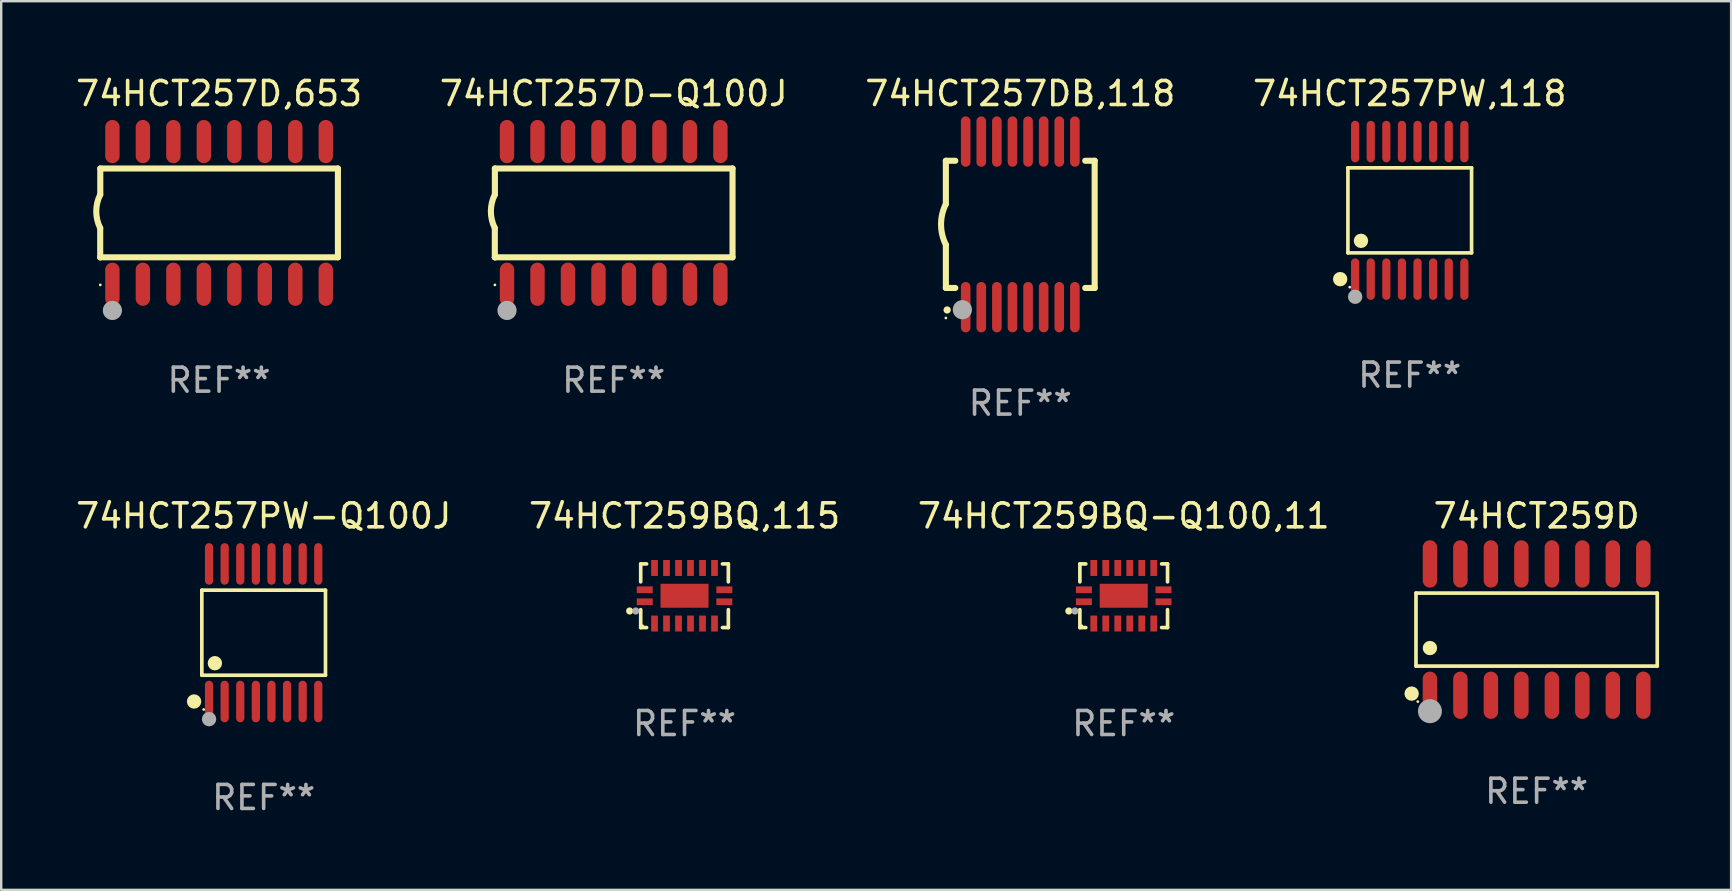
<source format=kicad_pcb>
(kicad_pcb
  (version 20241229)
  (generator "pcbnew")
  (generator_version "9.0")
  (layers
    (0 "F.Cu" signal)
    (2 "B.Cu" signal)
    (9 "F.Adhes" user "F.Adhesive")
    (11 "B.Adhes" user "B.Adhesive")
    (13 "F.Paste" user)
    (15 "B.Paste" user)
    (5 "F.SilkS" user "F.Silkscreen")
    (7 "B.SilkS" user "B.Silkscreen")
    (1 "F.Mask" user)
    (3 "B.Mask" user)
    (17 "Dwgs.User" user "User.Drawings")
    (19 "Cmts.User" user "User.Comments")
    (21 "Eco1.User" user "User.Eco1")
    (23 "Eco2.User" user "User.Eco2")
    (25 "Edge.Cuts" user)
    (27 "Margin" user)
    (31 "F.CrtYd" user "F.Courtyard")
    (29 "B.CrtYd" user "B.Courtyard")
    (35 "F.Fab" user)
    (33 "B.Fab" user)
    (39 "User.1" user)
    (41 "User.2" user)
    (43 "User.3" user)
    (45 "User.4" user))
  (footprint "74HCT257D-Q100J"
    (layer "F.Cu")
    (at 22.518 5.82)
    (property "Reference" "74HCT257D-Q100J" (at 0 -4.972 0) (layer "F.SilkS") (effects (font (size 1 1) (thickness 0.15))))
    (attr through_hole)
    (fp_line (start -4.952 0.635) (end -4.952 1.85) (stroke (width 0.254) (type solid)) (layer "F.SilkS"))
    (fp_line (start -4.952 1.85) (end -4.949 1.85) (stroke (width 0.254) (type solid)) (layer "F.SilkS"))
    (fp_line (start -4.949 -1.85) (end -4.949 -0.762) (stroke (width 0.254) (type solid)) (layer "F.SilkS"))
    (fp_line (start -4.949 1.85) (end 4.952 1.85) (stroke (width 0.254) (type solid)) (layer "F.SilkS"))
    (fp_line (start 4.952 -1.85) (end -4.949 -1.85) (stroke (width 0.254) (type solid)) (layer "F.SilkS"))
    (fp_line (start 4.952 1.85) (end 4.952 -1.85) (stroke (width 0.254) (type solid)) (layer "F.SilkS"))
    (fp_arc (start -4.951524 0.635001) (mid -5.116418 -0.0635) (end -4.951524 -0.762002) (stroke (width 0.254001) (type solid)) (layer "F.SilkS"))
    (fp_circle (center -4.949 3) (end -4.919 3) (stroke (width 0.06) (type solid)) (fill no) (layer "F.SilkS"))
    (fp_circle (center -4.444 4.064) (end -4.244 4.064) (stroke (width 0.4) (type solid)) (fill no) (layer "F.Fab"))
    (fp_text user "REF**" (at 0 6.972 0) (layer "F.Fab") (effects (font (size 1 1) (thickness 0.15))))
    (pad "1" smd oval (at -4.444 2.972 180) (size 0.6 1.8) (layers "F.Cu" "F.Mask" "F.Paste"))
    (pad "2" smd oval (at -3.174 2.972 180) (size 0.6 1.8) (layers "F.Cu" "F.Mask" "F.Paste"))
    (pad "3" smd oval (at -1.904 2.972 180) (size 0.6 1.8) (layers "F.Cu" "F.Mask" "F.Paste"))
    (pad "4" smd oval (at -0.634 2.972 180) (size 0.6 1.8) (layers "F.Cu" "F.Mask" "F.Paste"))
    (pad "5" smd oval (at 0.636 2.972 180) (size 0.6 1.8) (layers "F.Cu" "F.Mask" "F.Paste"))
    (pad "6" smd oval (at 1.906 2.972 180) (size 0.6 1.8) (layers "F.Cu" "F.Mask" "F.Paste"))
    (pad "7" smd oval (at 3.176 2.972 180) (size 0.6 1.8) (layers "F.Cu" "F.Mask" "F.Paste"))
    (pad "8" smd oval (at 4.446 2.972 180) (size 0.6 1.8) (layers "F.Cu" "F.Mask" "F.Paste"))
    (pad "9" smd oval (at 4.446 -2.972 180) (size 0.6 1.8) (layers "F.Cu" "F.Mask" "F.Paste"))
    (pad "10" smd oval (at 3.176 -2.972 180) (size 0.6 1.8) (layers "F.Cu" "F.Mask" "F.Paste"))
    (pad "11" smd oval (at 1.906 -2.972 180) (size 0.6 1.8) (layers "F.Cu" "F.Mask" "F.Paste"))
    (pad "12" smd oval (at 0.636 -2.972 180) (size 0.6 1.8) (layers "F.Cu" "F.Mask" "F.Paste"))
    (pad "13" smd oval (at -0.634 -2.972 180) (size 0.6 1.8) (layers "F.Cu" "F.Mask" "F.Paste"))
    (pad "14" smd oval (at -1.904 -2.972 180) (size 0.6 1.8) (layers "F.Cu" "F.Mask" "F.Paste"))
    (pad "15" smd oval (at -3.174 -2.972 180) (size 0.6 1.8) (layers "F.Cu" "F.Mask" "F.Paste"))
    (pad "16" smd oval (at -4.444 -2.972 180) (size 0.6 1.8) (layers "F.Cu" "F.Mask" "F.Paste")))
  (footprint "74HCT257DB,118"
    (layer "F.Cu")
    (at 39.458 6.298)
    (property "Reference" "74HCT257DB,118" (at 0 -5.45 0) (layer "F.SilkS") (effects (font (size 1 1) (thickness 0.15))))
    (attr through_hole)
    (fp_line (start -3.1 -2.65) (end -3.1 -0.85) (stroke (width 0.254) (type solid)) (layer "F.SilkS"))
    (fp_line (start -3.1 -2.65) (end -2.706 -2.65) (stroke (width 0.254) (type solid)) (layer "F.SilkS"))
    (fp_line (start -3.1 2.65) (end -3.1 0.85) (stroke (width 0.254) (type solid)) (layer "F.SilkS"))
    (fp_line (start -3.1 2.65) (end -2.706 2.65) (stroke (width 0.254) (type solid)) (layer "F.SilkS"))
    (fp_line (start 2.706 -2.65) (end 3.1 -2.65) (stroke (width 0.254) (type solid)) (layer "F.SilkS"))
    (fp_line (start 2.706 2.65) (end 3.1 2.65) (stroke (width 0.254) (type solid)) (layer "F.SilkS"))
    (fp_line (start 3.1 -2.65) (end 3.1 2.65) (stroke (width 0.254) (type solid)) (layer "F.SilkS"))
    (fp_arc (start -3.098907 0.850902) (mid -3.300057 0.000523) (end -3.1 -0.850114) (stroke (width 0.254001) (type solid)) (layer "F.SilkS"))
    (fp_arc (start -3.048006 3.566066) (mid -3.046736 3.566061) (end -3.045466 3.566066) (stroke (width 0.3) (type solid)) (layer "F.SilkS"))
    (fp_circle (center -3.1 3.9) (end -3.07 3.9) (stroke (width 0.06) (type solid)) (fill no) (layer "F.SilkS"))
    (fp_circle (center -2.413 3.556) (end -2.213 3.556) (stroke (width 0.4) (type solid)) (fill no) (layer "F.Fab"))
    (fp_text user "REF**" (at 0 7.45 0) (layer "F.Fab") (effects (font (size 1 1) (thickness 0.15))))
    (pad "1" smd oval (at -2.275 3.45 180) (size 0.4 2.1) (layers "F.Cu" "F.Mask" "F.Paste"))
    (pad "2" smd oval (at -1.625 3.45 180) (size 0.4 2.1) (layers "F.Cu" "F.Mask" "F.Paste"))
    (pad "3" smd oval (at -0.975 3.45 180) (size 0.4 2.1) (layers "F.Cu" "F.Mask" "F.Paste"))
    (pad "4" smd oval (at -0.325 3.45 180) (size 0.4 2.1) (layers "F.Cu" "F.Mask" "F.Paste"))
    (pad "5" smd oval (at 0.325 3.45 180) (size 0.4 2.1) (layers "F.Cu" "F.Mask" "F.Paste"))
    (pad "6" smd oval (at 0.975 3.45 180) (size 0.4 2.1) (layers "F.Cu" "F.Mask" "F.Paste"))
    (pad "7" smd oval (at 1.625 3.45 180) (size 0.4 2.1) (layers "F.Cu" "F.Mask" "F.Paste"))
    (pad "8" smd oval (at 2.275 3.45 180) (size 0.4 2.1) (layers "F.Cu" "F.Mask" "F.Paste"))
    (pad "9" smd oval (at 2.275 -3.45 180) (size 0.4 2.1) (layers "F.Cu" "F.Mask" "F.Paste"))
    (pad "10" smd oval (at 1.625 -3.45 180) (size 0.4 2.1) (layers "F.Cu" "F.Mask" "F.Paste"))
    (pad "11" smd oval (at 0.975 -3.45 180) (size 0.4 2.1) (layers "F.Cu" "F.Mask" "F.Paste"))
    (pad "12" smd oval (at 0.325 -3.45 180) (size 0.4 2.1) (layers "F.Cu" "F.Mask" "F.Paste"))
    (pad "13" smd oval (at -0.325 -3.45 180) (size 0.4 2.1) (layers "F.Cu" "F.Mask" "F.Paste"))
    (pad "14" smd oval (at -0.975 -3.45 180) (size 0.4 2.1) (layers "F.Cu" "F.Mask" "F.Paste"))
    (pad "15" smd oval (at -1.625 -3.45 180) (size 0.4 2.1) (layers "F.Cu" "F.Mask" "F.Paste"))
    (pad "16" smd oval (at -2.275 -3.45 180) (size 0.4 2.1) (layers "F.Cu" "F.Mask" "F.Paste")))
  (footprint "74HCT259BQ,115"
    (layer "F.Cu")
    (at 25.47 21.771)
    (property "Reference" "74HCT259BQ,115" (at 0 -3.326 0) (layer "F.SilkS") (effects (font (size 1 1) (thickness 0.15))))
    (attr through_hole)
    (fp_line (start -1.826 -1.326) (end -1.58 -1.326) (stroke (width 0.152) (type solid)) (layer "F.SilkS"))
    (fp_line (start -1.826 -0.58) (end -1.826 -1.326) (stroke (width 0.152) (type solid)) (layer "F.SilkS"))
    (fp_line (start -1.826 0.58) (end -1.826 1.326) (stroke (width 0.152) (type solid)) (layer "F.SilkS"))
    (fp_line (start -1.826 1.326) (end -1.58 1.326) (stroke (width 0.152) (type solid)) (layer "F.SilkS"))
    (fp_line (start 1.826 -1.326) (end 1.58 -1.326) (stroke (width 0.152) (type solid)) (layer "F.SilkS"))
    (fp_line (start 1.826 -0.58) (end 1.826 -1.326) (stroke (width 0.152) (type solid)) (layer "F.SilkS"))
    (fp_line (start 1.826 0.58) (end 1.826 1.326) (stroke (width 0.152) (type solid)) (layer "F.SilkS"))
    (fp_line (start 1.826 1.326) (end 1.58 1.326) (stroke (width 0.152) (type solid)) (layer "F.SilkS"))
    (fp_circle (center -2.286 0.635) (end -2.211 0.635) (stroke (width 0.15) (type solid)) (fill no) (layer "F.SilkS"))
    (fp_circle (center -1.75 1.25) (end -1.72 1.25) (stroke (width 0.06) (type solid)) (fill no) (layer "F.SilkS"))
    (fp_circle (center -2.032 0.635) (end -1.957 0.635) (stroke (width 0.15) (type solid)) (fill no) (layer "F.Fab"))
    (fp_text user "REF**" (at 0 5.326 0) (layer "F.Fab") (effects (font (size 1 1) (thickness 0.15))))
    (pad "1" smd rect (at -1.658 0.25) (size 0.665 0.28) (layers "F.Cu" "F.Mask" "F.Paste"))
    (pad "2" smd rect (at -1.25 1.157) (size 0.28 0.665) (layers "F.Cu" "F.Mask" "F.Paste"))
    (pad "3" smd rect (at -0.75 1.157) (size 0.28 0.665) (layers "F.Cu" "F.Mask" "F.Paste"))
    (pad "4" smd rect (at -0.25 1.157) (size 0.28 0.665) (layers "F.Cu" "F.Mask" "F.Paste"))
    (pad "5" smd rect (at 0.25 1.157) (size 0.28 0.665) (layers "F.Cu" "F.Mask" "F.Paste"))
    (pad "6" smd rect (at 0.75 1.157) (size 0.28 0.665) (layers "F.Cu" "F.Mask" "F.Paste"))
    (pad "7" smd rect (at 1.25 1.157) (size 0.28 0.665) (layers "F.Cu" "F.Mask" "F.Paste"))
    (pad "8" smd rect (at 1.658 0.25) (size 0.665 0.28) (layers "F.Cu" "F.Mask" "F.Paste"))
    (pad "9" smd rect (at 1.658 -0.25) (size 0.665 0.28) (layers "F.Cu" "F.Mask" "F.Paste"))
    (pad "10" smd rect (at 1.25 -1.157) (size 0.28 0.665) (layers "F.Cu" "F.Mask" "F.Paste"))
    (pad "11" smd rect (at 0.75 -1.157) (size 0.28 0.665) (layers "F.Cu" "F.Mask" "F.Paste"))
    (pad "12" smd rect (at 0.25 -1.157) (size 0.28 0.665) (layers "F.Cu" "F.Mask" "F.Paste"))
    (pad "13" smd rect (at -0.25 -1.157) (size 0.28 0.665) (layers "F.Cu" "F.Mask" "F.Paste"))
    (pad "14" smd rect (at -0.75 -1.157) (size 0.28 0.665) (layers "F.Cu" "F.Mask" "F.Paste"))
    (pad "15" smd rect (at -1.25 -1.157) (size 0.28 0.665) (layers "F.Cu" "F.Mask" "F.Paste"))
    (pad "16" smd rect (at -1.658 -0.25) (size 0.665 0.28) (layers "F.Cu" "F.Mask" "F.Paste"))
    (pad "17" smd rect (at 0 0) (size 2 1) (layers "F.Cu" "F.Mask" "F.Paste")))
  (footprint "74HCT257PW,118"
    (layer "F.Cu")
    (at 55.685 5.714)
    (property "Reference" "74HCT257PW,118" (at 0 -4.866 0) (layer "F.SilkS") (effects (font (size 1 1) (thickness 0.15))))
    (attr through_hole)
    (fp_line (start -2.576 -1.772) (end 2.576 -1.772) (stroke (width 0.152) (type solid)) (layer "F.SilkS"))
    (fp_line (start -2.576 1.771) (end -2.576 -1.772) (stroke (width 0.152) (type solid)) (layer "F.SilkS"))
    (fp_line (start 2.576 -1.772) (end 2.576 1.771) (stroke (width 0.152) (type solid)) (layer "F.SilkS"))
    (fp_line (start 2.576 1.771) (end -2.576 1.771) (stroke (width 0.152) (type solid)) (layer "F.SilkS"))
    (fp_circle (center -2.899 2.866) (end -2.749 2.866) (stroke (width 0.3) (type solid)) (fill no) (layer "F.SilkS"))
    (fp_circle (center -2.5 3.2) (end -2.47 3.2) (stroke (width 0.06) (type solid)) (fill no) (layer "F.SilkS"))
    (fp_circle (center -2.032 1.27) (end -1.882 1.27) (stroke (width 0.3) (type solid)) (fill no) (layer "F.SilkS"))
    (fp_circle (center -2.275 3.6) (end -2.125 3.6) (stroke (width 0.3) (type solid)) (fill no) (layer "F.Fab"))
    (fp_text user "REF**" (at 0 6.866 0) (layer "F.Fab") (effects (font (size 1 1) (thickness 0.15))))
    (pad "1" smd oval (at -2.275 2.866) (size 0.343 1.731) (layers "F.Cu" "F.Mask" "F.Paste"))
    (pad "2" smd oval (at -1.625 2.866) (size 0.343 1.731) (layers "F.Cu" "F.Mask" "F.Paste"))
    (pad "3" smd oval (at -0.975 2.866) (size 0.343 1.731) (layers "F.Cu" "F.Mask" "F.Paste"))
    (pad "4" smd oval (at -0.325 2.866) (size 0.343 1.731) (layers "F.Cu" "F.Mask" "F.Paste"))
    (pad "5" smd oval (at 0.325 2.866) (size 0.343 1.731) (layers "F.Cu" "F.Mask" "F.Paste"))
    (pad "6" smd oval (at 0.975 2.866) (size 0.343 1.731) (layers "F.Cu" "F.Mask" "F.Paste"))
    (pad "7" smd oval (at 1.625 2.866) (size 0.343 1.731) (layers "F.Cu" "F.Mask" "F.Paste"))
    (pad "8" smd oval (at 2.275 2.866) (size 0.343 1.731) (layers "F.Cu" "F.Mask" "F.Paste"))
    (pad "9" smd oval (at 2.275 -2.866) (size 0.343 1.731) (layers "F.Cu" "F.Mask" "F.Paste"))
    (pad "10" smd oval (at 1.625 -2.866) (size 0.343 1.731) (layers "F.Cu" "F.Mask" "F.Paste"))
    (pad "11" smd oval (at 0.975 -2.866) (size 0.343 1.731) (layers "F.Cu" "F.Mask" "F.Paste"))
    (pad "12" smd oval (at 0.325 -2.866) (size 0.343 1.731) (layers "F.Cu" "F.Mask" "F.Paste"))
    (pad "13" smd oval (at -0.325 -2.866) (size 0.343 1.731) (layers "F.Cu" "F.Mask" "F.Paste"))
    (pad "14" smd oval (at -0.975 -2.866) (size 0.343 1.731) (layers "F.Cu" "F.Mask" "F.Paste"))
    (pad "15" smd oval (at -1.625 -2.866) (size 0.343 1.731) (layers "F.Cu" "F.Mask" "F.Paste"))
    (pad "16" smd oval (at -2.275 -2.866) (size 0.343 1.731) (layers "F.Cu" "F.Mask" "F.Paste")))
  (footprint "74HCT259BQ-Q100,11"
    (layer "F.Cu")
    (at 43.768 21.771)
    (property "Reference" "74HCT259BQ-Q100,11" (at 0 -3.326 0) (layer "F.SilkS") (effects (font (size 1 1) (thickness 0.15))))
    (attr through_hole)
    (fp_line (start -1.826 -1.326) (end -1.58 -1.326) (stroke (width 0.152) (type solid)) (layer "F.SilkS"))
    (fp_line (start -1.826 -0.58) (end -1.826 -1.326) (stroke (width 0.152) (type solid)) (layer "F.SilkS"))
    (fp_line (start -1.826 0.58) (end -1.826 1.326) (stroke (width 0.152) (type solid)) (layer "F.SilkS"))
    (fp_line (start -1.826 1.326) (end -1.58 1.326) (stroke (width 0.152) (type solid)) (layer "F.SilkS"))
    (fp_line (start 1.826 -1.326) (end 1.58 -1.326) (stroke (width 0.152) (type solid)) (layer "F.SilkS"))
    (fp_line (start 1.826 -0.58) (end 1.826 -1.326) (stroke (width 0.152) (type solid)) (layer "F.SilkS"))
    (fp_line (start 1.826 0.58) (end 1.826 1.326) (stroke (width 0.152) (type solid)) (layer "F.SilkS"))
    (fp_line (start 1.826 1.326) (end 1.58 1.326) (stroke (width 0.152) (type solid)) (layer "F.SilkS"))
    (fp_circle (center -2.286 0.635) (end -2.211 0.635) (stroke (width 0.15) (type solid)) (fill no) (layer "F.SilkS"))
    (fp_circle (center -1.75 1.25) (end -1.72 1.25) (stroke (width 0.06) (type solid)) (fill no) (layer "F.SilkS"))
    (fp_circle (center -2.032 0.635) (end -1.957 0.635) (stroke (width 0.15) (type solid)) (fill no) (layer "F.Fab"))
    (fp_text user "REF**" (at 0 5.326 0) (layer "F.Fab") (effects (font (size 1 1) (thickness 0.15))))
    (pad "1" smd rect (at -1.658 0.25) (size 0.665 0.28) (layers "F.Cu" "F.Mask" "F.Paste"))
    (pad "2" smd rect (at -1.25 1.157) (size 0.28 0.665) (layers "F.Cu" "F.Mask" "F.Paste"))
    (pad "3" smd rect (at -0.75 1.157) (size 0.28 0.665) (layers "F.Cu" "F.Mask" "F.Paste"))
    (pad "4" smd rect (at -0.25 1.157) (size 0.28 0.665) (layers "F.Cu" "F.Mask" "F.Paste"))
    (pad "5" smd rect (at 0.25 1.157) (size 0.28 0.665) (layers "F.Cu" "F.Mask" "F.Paste"))
    (pad "6" smd rect (at 0.75 1.157) (size 0.28 0.665) (layers "F.Cu" "F.Mask" "F.Paste"))
    (pad "7" smd rect (at 1.25 1.157) (size 0.28 0.665) (layers "F.Cu" "F.Mask" "F.Paste"))
    (pad "8" smd rect (at 1.658 0.25) (size 0.665 0.28) (layers "F.Cu" "F.Mask" "F.Paste"))
    (pad "9" smd rect (at 1.658 -0.25) (size 0.665 0.28) (layers "F.Cu" "F.Mask" "F.Paste"))
    (pad "10" smd rect (at 1.25 -1.157) (size 0.28 0.665) (layers "F.Cu" "F.Mask" "F.Paste"))
    (pad "11" smd rect (at 0.75 -1.157) (size 0.28 0.665) (layers "F.Cu" "F.Mask" "F.Paste"))
    (pad "12" smd rect (at 0.25 -1.157) (size 0.28 0.665) (layers "F.Cu" "F.Mask" "F.Paste"))
    (pad "13" smd rect (at -0.25 -1.157) (size 0.28 0.665) (layers "F.Cu" "F.Mask" "F.Paste"))
    (pad "14" smd rect (at -0.75 -1.157) (size 0.28 0.665) (layers "F.Cu" "F.Mask" "F.Paste"))
    (pad "15" smd rect (at -1.25 -1.157) (size 0.28 0.665) (layers "F.Cu" "F.Mask" "F.Paste"))
    (pad "16" smd rect (at -1.658 -0.25) (size 0.665 0.28) (layers "F.Cu" "F.Mask" "F.Paste"))
    (pad "17" smd rect (at 0 0) (size 2 1) (layers "F.Cu" "F.Mask" "F.Paste")))
  (footprint "74HCT257D,653"
    (layer "F.Cu")
    (at 6.077 5.82)
    (property "Reference" "74HCT257D,653" (at 0 -4.972 0) (layer "F.SilkS") (effects (font (size 1 1) (thickness 0.15))))
    (attr through_hole)
    (fp_line (start -4.952 0.635) (end -4.952 1.85) (stroke (width 0.254) (type solid)) (layer "F.SilkS"))
    (fp_line (start -4.952 1.85) (end -4.949 1.85) (stroke (width 0.254) (type solid)) (layer "F.SilkS"))
    (fp_line (start -4.949 -1.85) (end -4.949 -0.762) (stroke (width 0.254) (type solid)) (layer "F.SilkS"))
    (fp_line (start -4.949 1.85) (end 4.952 1.85) (stroke (width 0.254) (type solid)) (layer "F.SilkS"))
    (fp_line (start 4.952 -1.85) (end -4.949 -1.85) (stroke (width 0.254) (type solid)) (layer "F.SilkS"))
    (fp_line (start 4.952 1.85) (end 4.952 -1.85) (stroke (width 0.254) (type solid)) (layer "F.SilkS"))
    (fp_arc (start -4.951524 0.635001) (mid -5.116418 -0.0635) (end -4.951524 -0.762002) (stroke (width 0.254001) (type solid)) (layer "F.SilkS"))
    (fp_circle (center -4.949 3) (end -4.919 3) (stroke (width 0.06) (type solid)) (fill no) (layer "F.SilkS"))
    (fp_circle (center -4.444 4.064) (end -4.244 4.064) (stroke (width 0.4) (type solid)) (fill no) (layer "F.Fab"))
    (fp_text user "REF**" (at 0 6.972 0) (layer "F.Fab") (effects (font (size 1 1) (thickness 0.15))))
    (pad "1" smd oval (at -4.444 2.972 180) (size 0.6 1.8) (layers "F.Cu" "F.Mask" "F.Paste"))
    (pad "2" smd oval (at -3.174 2.972 180) (size 0.6 1.8) (layers "F.Cu" "F.Mask" "F.Paste"))
    (pad "3" smd oval (at -1.904 2.972 180) (size 0.6 1.8) (layers "F.Cu" "F.Mask" "F.Paste"))
    (pad "4" smd oval (at -0.634 2.972 180) (size 0.6 1.8) (layers "F.Cu" "F.Mask" "F.Paste"))
    (pad "5" smd oval (at 0.636 2.972 180) (size 0.6 1.8) (layers "F.Cu" "F.Mask" "F.Paste"))
    (pad "6" smd oval (at 1.906 2.972 180) (size 0.6 1.8) (layers "F.Cu" "F.Mask" "F.Paste"))
    (pad "7" smd oval (at 3.176 2.972 180) (size 0.6 1.8) (layers "F.Cu" "F.Mask" "F.Paste"))
    (pad "8" smd oval (at 4.446 2.972 180) (size 0.6 1.8) (layers "F.Cu" "F.Mask" "F.Paste"))
    (pad "9" smd oval (at 4.446 -2.972 180) (size 0.6 1.8) (layers "F.Cu" "F.Mask" "F.Paste"))
    (pad "10" smd oval (at 3.176 -2.972 180) (size 0.6 1.8) (layers "F.Cu" "F.Mask" "F.Paste"))
    (pad "11" smd oval (at 1.906 -2.972 180) (size 0.6 1.8) (layers "F.Cu" "F.Mask" "F.Paste"))
    (pad "12" smd oval (at 0.636 -2.972 180) (size 0.6 1.8) (layers "F.Cu" "F.Mask" "F.Paste"))
    (pad "13" smd oval (at -0.634 -2.972 180) (size 0.6 1.8) (layers "F.Cu" "F.Mask" "F.Paste"))
    (pad "14" smd oval (at -1.904 -2.972 180) (size 0.6 1.8) (layers "F.Cu" "F.Mask" "F.Paste"))
    (pad "15" smd oval (at -3.174 -2.972 180) (size 0.6 1.8) (layers "F.Cu" "F.Mask" "F.Paste"))
    (pad "16" smd oval (at -4.444 -2.972 180) (size 0.6 1.8) (layers "F.Cu" "F.Mask" "F.Paste")))
  (footprint "74HCT257PW-Q100J"
    (layer "F.Cu")
    (at 7.935 23.311)
    (property "Reference" "74HCT257PW-Q100J" (at 0 -4.866 0) (layer "F.SilkS") (effects (font (size 1 1) (thickness 0.15))))
    (attr through_hole)
    (fp_line (start -2.576 -1.772) (end 2.576 -1.772) (stroke (width 0.152) (type solid)) (layer "F.SilkS"))
    (fp_line (start -2.576 1.771) (end -2.576 -1.772) (stroke (width 0.152) (type solid)) (layer "F.SilkS"))
    (fp_line (start 2.576 -1.772) (end 2.576 1.771) (stroke (width 0.152) (type solid)) (layer "F.SilkS"))
    (fp_line (start 2.576 1.771) (end -2.576 1.771) (stroke (width 0.152) (type solid)) (layer "F.SilkS"))
    (fp_circle (center -2.899 2.866) (end -2.749 2.866) (stroke (width 0.3) (type solid)) (fill no) (layer "F.SilkS"))
    (fp_circle (center -2.5 3.2) (end -2.47 3.2) (stroke (width 0.06) (type solid)) (fill no) (layer "F.SilkS"))
    (fp_circle (center -2.032 1.27) (end -1.882 1.27) (stroke (width 0.3) (type solid)) (fill no) (layer "F.SilkS"))
    (fp_circle (center -2.275 3.6) (end -2.125 3.6) (stroke (width 0.3) (type solid)) (fill no) (layer "F.Fab"))
    (fp_text user "REF**" (at 0 6.866 0) (layer "F.Fab") (effects (font (size 1 1) (thickness 0.15))))
    (pad "1" smd oval (at -2.275 2.866) (size 0.343 1.731) (layers "F.Cu" "F.Mask" "F.Paste"))
    (pad "2" smd oval (at -1.625 2.866) (size 0.343 1.731) (layers "F.Cu" "F.Mask" "F.Paste"))
    (pad "3" smd oval (at -0.975 2.866) (size 0.343 1.731) (layers "F.Cu" "F.Mask" "F.Paste"))
    (pad "4" smd oval (at -0.325 2.866) (size 0.343 1.731) (layers "F.Cu" "F.Mask" "F.Paste"))
    (pad "5" smd oval (at 0.325 2.866) (size 0.343 1.731) (layers "F.Cu" "F.Mask" "F.Paste"))
    (pad "6" smd oval (at 0.975 2.866) (size 0.343 1.731) (layers "F.Cu" "F.Mask" "F.Paste"))
    (pad "7" smd oval (at 1.625 2.866) (size 0.343 1.731) (layers "F.Cu" "F.Mask" "F.Paste"))
    (pad "8" smd oval (at 2.275 2.866) (size 0.343 1.731) (layers "F.Cu" "F.Mask" "F.Paste"))
    (pad "9" smd oval (at 2.275 -2.866) (size 0.343 1.731) (layers "F.Cu" "F.Mask" "F.Paste"))
    (pad "10" smd oval (at 1.625 -2.866) (size 0.343 1.731) (layers "F.Cu" "F.Mask" "F.Paste"))
    (pad "11" smd oval (at 0.975 -2.866) (size 0.343 1.731) (layers "F.Cu" "F.Mask" "F.Paste"))
    (pad "12" smd oval (at 0.325 -2.866) (size 0.343 1.731) (layers "F.Cu" "F.Mask" "F.Paste"))
    (pad "13" smd oval (at -0.325 -2.866) (size 0.343 1.731) (layers "F.Cu" "F.Mask" "F.Paste"))
    (pad "14" smd oval (at -0.975 -2.866) (size 0.343 1.731) (layers "F.Cu" "F.Mask" "F.Paste"))
    (pad "15" smd oval (at -1.625 -2.866) (size 0.343 1.731) (layers "F.Cu" "F.Mask" "F.Paste"))
    (pad "16" smd oval (at -2.275 -2.866) (size 0.343 1.731) (layers "F.Cu" "F.Mask" "F.Paste")))
  (footprint "74HCT259D"
    (layer "F.Cu")
    (at 60.971 23.181)
    (property "Reference" "74HCT259D" (at 0 -4.736 0) (layer "F.SilkS") (effects (font (size 1 1) (thickness 0.15))))
    (attr through_hole)
    (fp_line (start -5.026 -1.521) (end 5.026 -1.521) (stroke (width 0.152) (type solid)) (layer "F.SilkS"))
    (fp_line (start -5.026 1.521) (end -5.026 -1.521) (stroke (width 0.152) (type solid)) (layer "F.SilkS"))
    (fp_line (start 5.026 -1.521) (end 5.026 1.521) (stroke (width 0.152) (type solid)) (layer "F.SilkS"))
    (fp_line (start 5.026 1.521) (end -5.026 1.521) (stroke (width 0.152) (type solid)) (layer "F.SilkS"))
    (fp_circle (center -5.207 2.667) (end -5.057 2.667) (stroke (width 0.3) (type solid)) (fill no) (layer "F.SilkS"))
    (fp_circle (center -4.95 3) (end -4.92 3) (stroke (width 0.06) (type solid)) (fill no) (layer "F.SilkS"))
    (fp_circle (center -4.445 0.769) (end -4.295 0.769) (stroke (width 0.3) (type solid)) (fill no) (layer "F.SilkS"))
    (fp_circle (center -4.445 3.4) (end -4.195 3.4) (stroke (width 0.5) (type solid)) (fill no) (layer "F.Fab"))
    (fp_text user "REF**" (at 0 6.736 0) (layer "F.Fab") (effects (font (size 1 1) (thickness 0.15))))
    (pad "1" smd oval (at -4.445 2.736) (size 0.602 1.971) (layers "F.Cu" "F.Mask" "F.Paste"))
    (pad "2" smd oval (at -3.175 2.736) (size 0.602 1.971) (layers "F.Cu" "F.Mask" "F.Paste"))
    (pad "3" smd oval (at -1.905 2.736) (size 0.602 1.971) (layers "F.Cu" "F.Mask" "F.Paste"))
    (pad "4" smd oval (at -0.635 2.736) (size 0.602 1.971) (layers "F.Cu" "F.Mask" "F.Paste"))
    (pad "5" smd oval (at 0.635 2.736) (size 0.602 1.971) (layers "F.Cu" "F.Mask" "F.Paste"))
    (pad "6" smd oval (at 1.905 2.736) (size 0.602 1.971) (layers "F.Cu" "F.Mask" "F.Paste"))
    (pad "7" smd oval (at 3.175 2.736) (size 0.602 1.971) (layers "F.Cu" "F.Mask" "F.Paste"))
    (pad "8" smd oval (at 4.445 2.736) (size 0.602 1.971) (layers "F.Cu" "F.Mask" "F.Paste"))
    (pad "9" smd oval (at 4.445 -2.736) (size 0.602 1.971) (layers "F.Cu" "F.Mask" "F.Paste"))
    (pad "10" smd oval (at 3.175 -2.736) (size 0.602 1.971) (layers "F.Cu" "F.Mask" "F.Paste"))
    (pad "11" smd oval (at 1.905 -2.736) (size 0.602 1.971) (layers "F.Cu" "F.Mask" "F.Paste"))
    (pad "12" smd oval (at 0.635 -2.736) (size 0.602 1.971) (layers "F.Cu" "F.Mask" "F.Paste"))
    (pad "13" smd oval (at -0.635 -2.736) (size 0.602 1.971) (layers "F.Cu" "F.Mask" "F.Paste"))
    (pad "14" smd oval (at -1.905 -2.736) (size 0.602 1.971) (layers "F.Cu" "F.Mask" "F.Paste"))
    (pad "15" smd oval (at -3.175 -2.736) (size 0.602 1.971) (layers "F.Cu" "F.Mask" "F.Paste"))
    (pad "16" smd oval (at -4.445 -2.736) (size 0.602 1.971) (layers "F.Cu" "F.Mask" "F.Paste")))
  (gr_rect
    (start -3 -3)
    (end 69.074 34.025)
    (stroke (width 0.1) (type default))
    (fill no)
    (layer "Edge.Cuts")))
</source>
